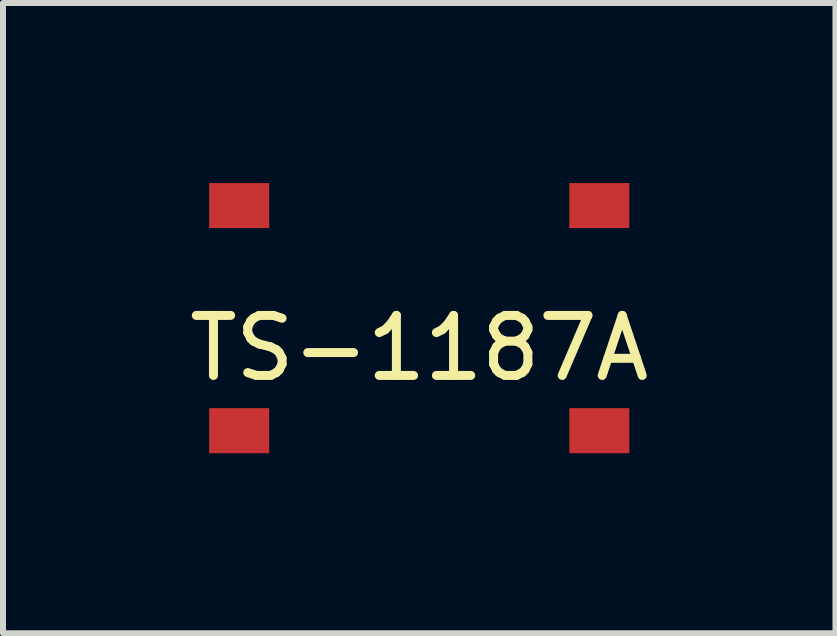
<source format=kicad_pcb>
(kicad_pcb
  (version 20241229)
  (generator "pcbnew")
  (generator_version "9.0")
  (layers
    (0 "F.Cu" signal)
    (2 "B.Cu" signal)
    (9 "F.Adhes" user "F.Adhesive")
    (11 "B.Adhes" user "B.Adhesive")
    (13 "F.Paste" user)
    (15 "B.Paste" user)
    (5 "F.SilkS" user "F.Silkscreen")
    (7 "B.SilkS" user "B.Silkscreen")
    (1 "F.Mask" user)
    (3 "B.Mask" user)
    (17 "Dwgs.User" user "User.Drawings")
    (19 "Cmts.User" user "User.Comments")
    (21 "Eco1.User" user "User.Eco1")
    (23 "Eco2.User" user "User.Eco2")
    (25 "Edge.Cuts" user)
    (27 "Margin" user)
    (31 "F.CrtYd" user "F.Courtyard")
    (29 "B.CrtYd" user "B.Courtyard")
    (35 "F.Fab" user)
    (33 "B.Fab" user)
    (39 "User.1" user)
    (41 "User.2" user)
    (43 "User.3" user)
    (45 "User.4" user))
  (footprint "TS-1187A"
    (layer "F.Cu")
    (at 3.935 2.25)
    (property "Reference" "TS-1187A" (at 0 0.5 0) (layer "F.SilkS") (effects (font (size 1 1) (thickness 0.15))))
    (attr through_hole)
    (pad "1" smd rect (at -3 -1.875) (size 1 0.75) (layers "F.Cu" "F.Mask" "F.Paste"))
    (pad "1" smd rect (at 3 -1.875) (size 1 0.75) (layers "F.Cu" "F.Mask" "F.Paste"))
    (pad "2" smd rect (at -3 1.875) (size 1 0.75) (layers "F.Cu" "F.Mask" "F.Paste"))
    (pad "2" smd rect (at 3 1.875) (size 1 0.75) (layers "F.Cu" "F.Mask" "F.Paste")))
  (gr_rect
    (start -3 -3)
    (end 10.869 7.5)
    (stroke (width 0.1) (type default))
    (fill no)
    (layer "Edge.Cuts")))
</source>
